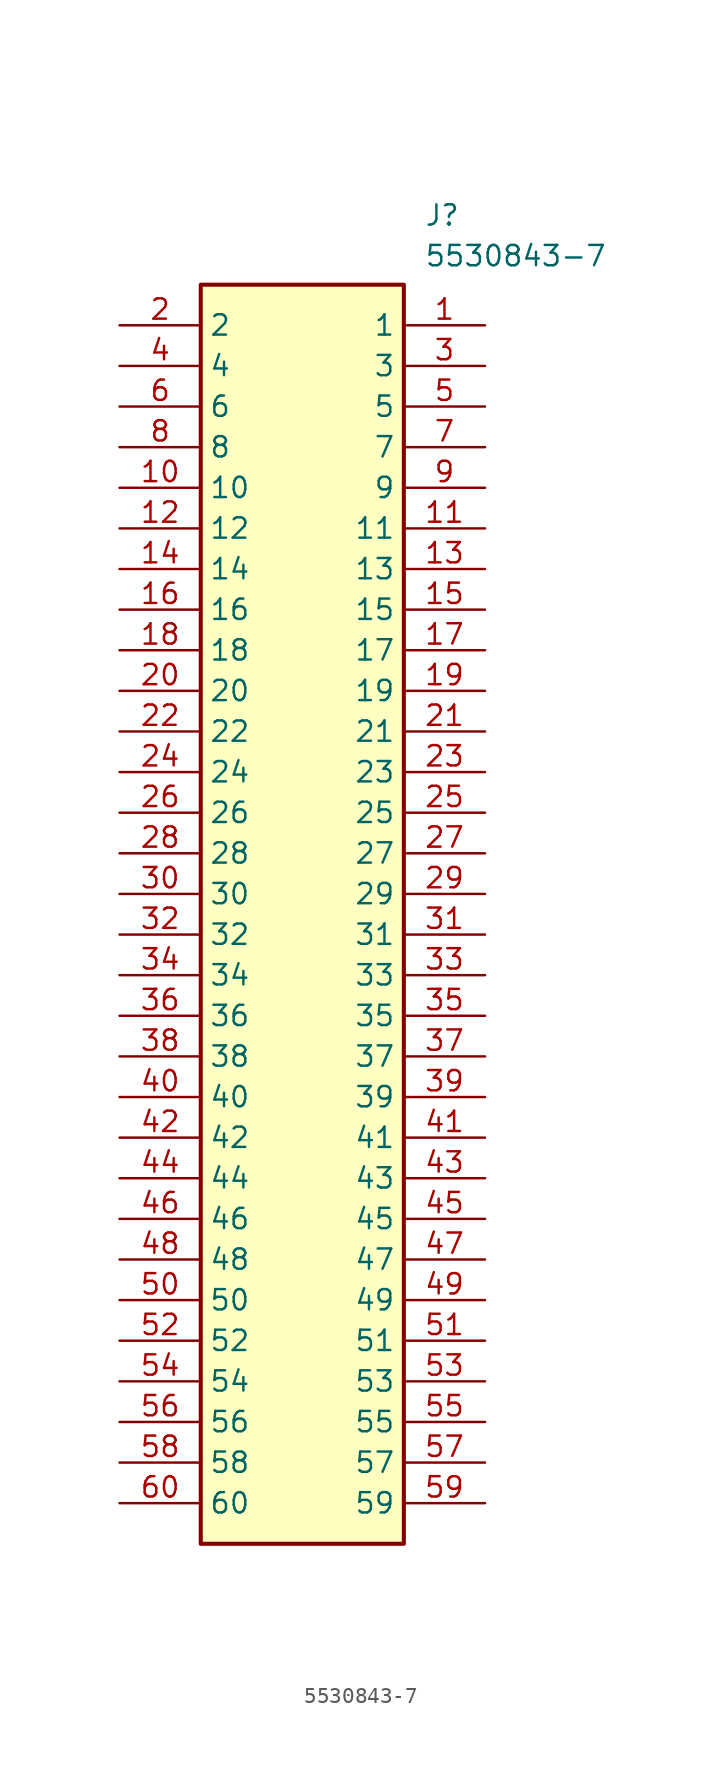
<source format=kicad_sym>
(kicad_symbol_lib
  (version 20211014)
  (generator SamacSys_ECAD_Model)
  (symbol "5530843-7"
    (property "Reference" "J"
      (at 19.05 7.62 0)
      (effects (font (size 1.27 1.27)) (justify left top)))
    (property "Value" "5530843-7"
      (at 19.05 5.08 0)
      (effects (font (size 1.27 1.27)) (justify left top)))
    (rectangle
      (start 5.08 2.54)
      (end 17.78 -76.2)
      (stroke (width 0.254) (type default))
      (fill (type background)))
    (pin passive line
      (at 22.86 0 180)
      (length 5.08)
      (name "1" (effects (font (size 1.27 1.27))))
      (number "1" (effects (font (size 1.27 1.27)))))
    (pin passive line
      (at 0 0 0)
      (length 5.08)
      (name "2" (effects (font (size 1.27 1.27))))
      (number "2" (effects (font (size 1.27 1.27)))))
    (pin passive line
      (at 22.86 -2.54 180)
      (length 5.08)
      (name "3" (effects (font (size 1.27 1.27))))
      (number "3" (effects (font (size 1.27 1.27)))))
    (pin passive line
      (at 0 -2.54 0)
      (length 5.08)
      (name "4" (effects (font (size 1.27 1.27))))
      (number "4" (effects (font (size 1.27 1.27)))))
    (pin passive line
      (at 22.86 -5.08 180)
      (length 5.08)
      (name "5" (effects (font (size 1.27 1.27))))
      (number "5" (effects (font (size 1.27 1.27)))))
    (pin passive line
      (at 0 -5.08 0)
      (length 5.08)
      (name "6" (effects (font (size 1.27 1.27))))
      (number "6" (effects (font (size 1.27 1.27)))))
    (pin passive line
      (at 22.86 -7.62 180)
      (length 5.08)
      (name "7" (effects (font (size 1.27 1.27))))
      (number "7" (effects (font (size 1.27 1.27)))))
    (pin passive line
      (at 0 -7.62 0)
      (length 5.08)
      (name "8" (effects (font (size 1.27 1.27))))
      (number "8" (effects (font (size 1.27 1.27)))))
    (pin passive line
      (at 22.86 -10.16 180)
      (length 5.08)
      (name "9" (effects (font (size 1.27 1.27))))
      (number "9" (effects (font (size 1.27 1.27)))))
    (pin passive line
      (at 0 -10.16 0)
      (length 5.08)
      (name "10" (effects (font (size 1.27 1.27))))
      (number "10" (effects (font (size 1.27 1.27)))))
    (pin passive line
      (at 22.86 -12.7 180)
      (length 5.08)
      (name "11" (effects (font (size 1.27 1.27))))
      (number "11" (effects (font (size 1.27 1.27)))))
    (pin passive line
      (at 0 -12.7 0)
      (length 5.08)
      (name "12" (effects (font (size 1.27 1.27))))
      (number "12" (effects (font (size 1.27 1.27)))))
    (pin passive line
      (at 22.86 -15.24 180)
      (length 5.08)
      (name "13" (effects (font (size 1.27 1.27))))
      (number "13" (effects (font (size 1.27 1.27)))))
    (pin passive line
      (at 0 -15.24 0)
      (length 5.08)
      (name "14" (effects (font (size 1.27 1.27))))
      (number "14" (effects (font (size 1.27 1.27)))))
    (pin passive line
      (at 22.86 -17.78 180)
      (length 5.08)
      (name "15" (effects (font (size 1.27 1.27))))
      (number "15" (effects (font (size 1.27 1.27)))))
    (pin passive line
      (at 0 -17.78 0)
      (length 5.08)
      (name "16" (effects (font (size 1.27 1.27))))
      (number "16" (effects (font (size 1.27 1.27)))))
    (pin passive line
      (at 22.86 -20.32 180)
      (length 5.08)
      (name "17" (effects (font (size 1.27 1.27))))
      (number "17" (effects (font (size 1.27 1.27)))))
    (pin passive line
      (at 0 -20.32 0)
      (length 5.08)
      (name "18" (effects (font (size 1.27 1.27))))
      (number "18" (effects (font (size 1.27 1.27)))))
    (pin passive line
      (at 22.86 -22.86 180)
      (length 5.08)
      (name "19" (effects (font (size 1.27 1.27))))
      (number "19" (effects (font (size 1.27 1.27)))))
    (pin passive line
      (at 0 -22.86 0)
      (length 5.08)
      (name "20" (effects (font (size 1.27 1.27))))
      (number "20" (effects (font (size 1.27 1.27)))))
    (pin passive line
      (at 22.86 -25.4 180)
      (length 5.08)
      (name "21" (effects (font (size 1.27 1.27))))
      (number "21" (effects (font (size 1.27 1.27)))))
    (pin passive line
      (at 0 -25.4 0)
      (length 5.08)
      (name "22" (effects (font (size 1.27 1.27))))
      (number "22" (effects (font (size 1.27 1.27)))))
    (pin passive line
      (at 22.86 -27.94 180)
      (length 5.08)
      (name "23" (effects (font (size 1.27 1.27))))
      (number "23" (effects (font (size 1.27 1.27)))))
    (pin passive line
      (at 0 -27.94 0)
      (length 5.08)
      (name "24" (effects (font (size 1.27 1.27))))
      (number "24" (effects (font (size 1.27 1.27)))))
    (pin passive line
      (at 22.86 -30.48 180)
      (length 5.08)
      (name "25" (effects (font (size 1.27 1.27))))
      (number "25" (effects (font (size 1.27 1.27)))))
    (pin passive line
      (at 0 -30.48 0)
      (length 5.08)
      (name "26" (effects (font (size 1.27 1.27))))
      (number "26" (effects (font (size 1.27 1.27)))))
    (pin passive line
      (at 22.86 -33.02 180)
      (length 5.08)
      (name "27" (effects (font (size 1.27 1.27))))
      (number "27" (effects (font (size 1.27 1.27)))))
    (pin passive line
      (at 0 -33.02 0)
      (length 5.08)
      (name "28" (effects (font (size 1.27 1.27))))
      (number "28" (effects (font (size 1.27 1.27)))))
    (pin passive line
      (at 22.86 -35.56 180)
      (length 5.08)
      (name "29" (effects (font (size 1.27 1.27))))
      (number "29" (effects (font (size 1.27 1.27)))))
    (pin passive line
      (at 0 -35.56 0)
      (length 5.08)
      (name "30" (effects (font (size 1.27 1.27))))
      (number "30" (effects (font (size 1.27 1.27)))))
    (pin passive line
      (at 22.86 -38.1 180)
      (length 5.08)
      (name "31" (effects (font (size 1.27 1.27))))
      (number "31" (effects (font (size 1.27 1.27)))))
    (pin passive line
      (at 0 -38.1 0)
      (length 5.08)
      (name "32" (effects (font (size 1.27 1.27))))
      (number "32" (effects (font (size 1.27 1.27)))))
    (pin passive line
      (at 22.86 -40.64 180)
      (length 5.08)
      (name "33" (effects (font (size 1.27 1.27))))
      (number "33" (effects (font (size 1.27 1.27)))))
    (pin passive line
      (at 0 -40.64 0)
      (length 5.08)
      (name "34" (effects (font (size 1.27 1.27))))
      (number "34" (effects (font (size 1.27 1.27)))))
    (pin passive line
      (at 22.86 -43.18 180)
      (length 5.08)
      (name "35" (effects (font (size 1.27 1.27))))
      (number "35" (effects (font (size 1.27 1.27)))))
    (pin passive line
      (at 0 -43.18 0)
      (length 5.08)
      (name "36" (effects (font (size 1.27 1.27))))
      (number "36" (effects (font (size 1.27 1.27)))))
    (pin passive line
      (at 22.86 -45.72 180)
      (length 5.08)
      (name "37" (effects (font (size 1.27 1.27))))
      (number "37" (effects (font (size 1.27 1.27)))))
    (pin passive line
      (at 0 -45.72 0)
      (length 5.08)
      (name "38" (effects (font (size 1.27 1.27))))
      (number "38" (effects (font (size 1.27 1.27)))))
    (pin passive line
      (at 22.86 -48.26 180)
      (length 5.08)
      (name "39" (effects (font (size 1.27 1.27))))
      (number "39" (effects (font (size 1.27 1.27)))))
    (pin passive line
      (at 0 -48.26 0)
      (length 5.08)
      (name "40" (effects (font (size 1.27 1.27))))
      (number "40" (effects (font (size 1.27 1.27)))))
    (pin passive line
      (at 22.86 -50.8 180)
      (length 5.08)
      (name "41" (effects (font (size 1.27 1.27))))
      (number "41" (effects (font (size 1.27 1.27)))))
    (pin passive line
      (at 0 -50.8 0)
      (length 5.08)
      (name "42" (effects (font (size 1.27 1.27))))
      (number "42" (effects (font (size 1.27 1.27)))))
    (pin passive line
      (at 22.86 -53.34 180)
      (length 5.08)
      (name "43" (effects (font (size 1.27 1.27))))
      (number "43" (effects (font (size 1.27 1.27)))))
    (pin passive line
      (at 0 -53.34 0)
      (length 5.08)
      (name "44" (effects (font (size 1.27 1.27))))
      (number "44" (effects (font (size 1.27 1.27)))))
    (pin passive line
      (at 22.86 -55.88 180)
      (length 5.08)
      (name "45" (effects (font (size 1.27 1.27))))
      (number "45" (effects (font (size 1.27 1.27)))))
    (pin passive line
      (at 0 -55.88 0)
      (length 5.08)
      (name "46" (effects (font (size 1.27 1.27))))
      (number "46" (effects (font (size 1.27 1.27)))))
    (pin passive line
      (at 22.86 -58.42 180)
      (length 5.08)
      (name "47" (effects (font (size 1.27 1.27))))
      (number "47" (effects (font (size 1.27 1.27)))))
    (pin passive line
      (at 0 -58.42 0)
      (length 5.08)
      (name "48" (effects (font (size 1.27 1.27))))
      (number "48" (effects (font (size 1.27 1.27)))))
    (pin passive line
      (at 22.86 -60.96 180)
      (length 5.08)
      (name "49" (effects (font (size 1.27 1.27))))
      (number "49" (effects (font (size 1.27 1.27)))))
    (pin passive line
      (at 0 -60.96 0)
      (length 5.08)
      (name "50" (effects (font (size 1.27 1.27))))
      (number "50" (effects (font (size 1.27 1.27)))))
    (pin passive line
      (at 22.86 -63.5 180)
      (length 5.08)
      (name "51" (effects (font (size 1.27 1.27))))
      (number "51" (effects (font (size 1.27 1.27)))))
    (pin passive line
      (at 0 -63.5 0)
      (length 5.08)
      (name "52" (effects (font (size 1.27 1.27))))
      (number "52" (effects (font (size 1.27 1.27)))))
    (pin passive line
      (at 22.86 -66.04 180)
      (length 5.08)
      (name "53" (effects (font (size 1.27 1.27))))
      (number "53" (effects (font (size 1.27 1.27)))))
    (pin passive line
      (at 0 -66.04 0)
      (length 5.08)
      (name "54" (effects (font (size 1.27 1.27))))
      (number "54" (effects (font (size 1.27 1.27)))))
    (pin passive line
      (at 22.86 -68.58 180)
      (length 5.08)
      (name "55" (effects (font (size 1.27 1.27))))
      (number "55" (effects (font (size 1.27 1.27)))))
    (pin passive line
      (at 0 -68.58 0)
      (length 5.08)
      (name "56" (effects (font (size 1.27 1.27))))
      (number "56" (effects (font (size 1.27 1.27)))))
    (pin passive line
      (at 22.86 -71.12 180)
      (length 5.08)
      (name "57" (effects (font (size 1.27 1.27))))
      (number "57" (effects (font (size 1.27 1.27)))))
    (pin passive line
      (at 0 -71.12 0)
      (length 5.08)
      (name "58" (effects (font (size 1.27 1.27))))
      (number "58" (effects (font (size 1.27 1.27)))))
    (pin passive line
      (at 22.86 -73.66 180)
      (length 5.08)
      (name "59" (effects (font (size 1.27 1.27))))
      (number "59" (effects (font (size 1.27 1.27)))))
    (pin passive line
      (at 0 -73.66 0)
      (length 5.08)
      (name "60" (effects (font (size 1.27 1.27))))
      (number "60" (effects (font (size 1.27 1.27)))))))
</source>
